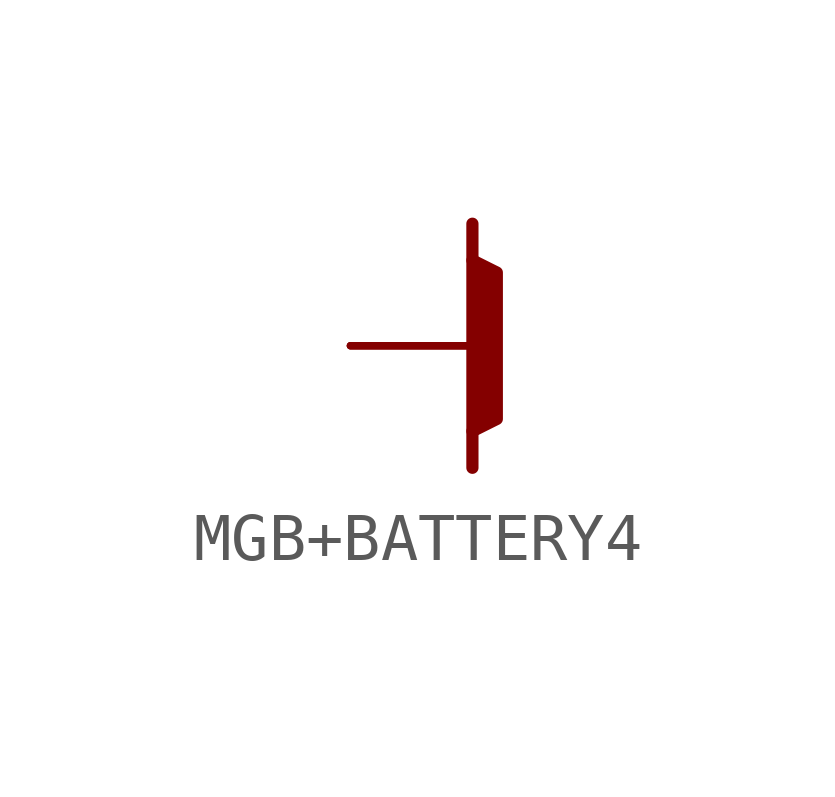
<source format=kicad_sym>
(kicad_symbol_lib
  (version 20241209)
  (generator "kicad_symbol_editor")
  (generator_version "9.0")
  (symbol "MGB+BATTERY4"
    (property "Reference" ""
      (at 0 0 0)
      (effects (font (size 1.27 1.27)) (hide yes)))
    (property "ki_locked" ""
      (at 0 0 0)
      (effects (font (size 1.27 1.27))))
    (symbol "MGB+BATTERY4_1_0"
      (polyline (pts (xy 0 2.54) (xy 0 -2.54)) (stroke (width 0.254) (type solid)) (fill (type none)))
      (polyline (pts (xy 0 -1.778) (xy 0.508 -1.524) (xy 0.508 1.524) (xy 0 1.778)) (stroke (width 0.254) (type solid)) (fill (type outline)))
      (pin bidirectional line (at -2.54 0 0) (length 2.54) (name "P$1" (effects (font (size 0 0)))) (number "P$1" (effects (font (size 0 0)))))
      (pin bidirectional line (at -2.54 0 0) (length 2.54) (name "P$1" (effects (font (size 0 0)))) (number "P$2" (effects (font (size 0 0)))))
      (pin bidirectional line (at -2.54 0 0) (length 2.54) (name "P$1" (effects (font (size 0 0)))) (number "P$3" (effects (font (size 0 0))))))))
</source>
